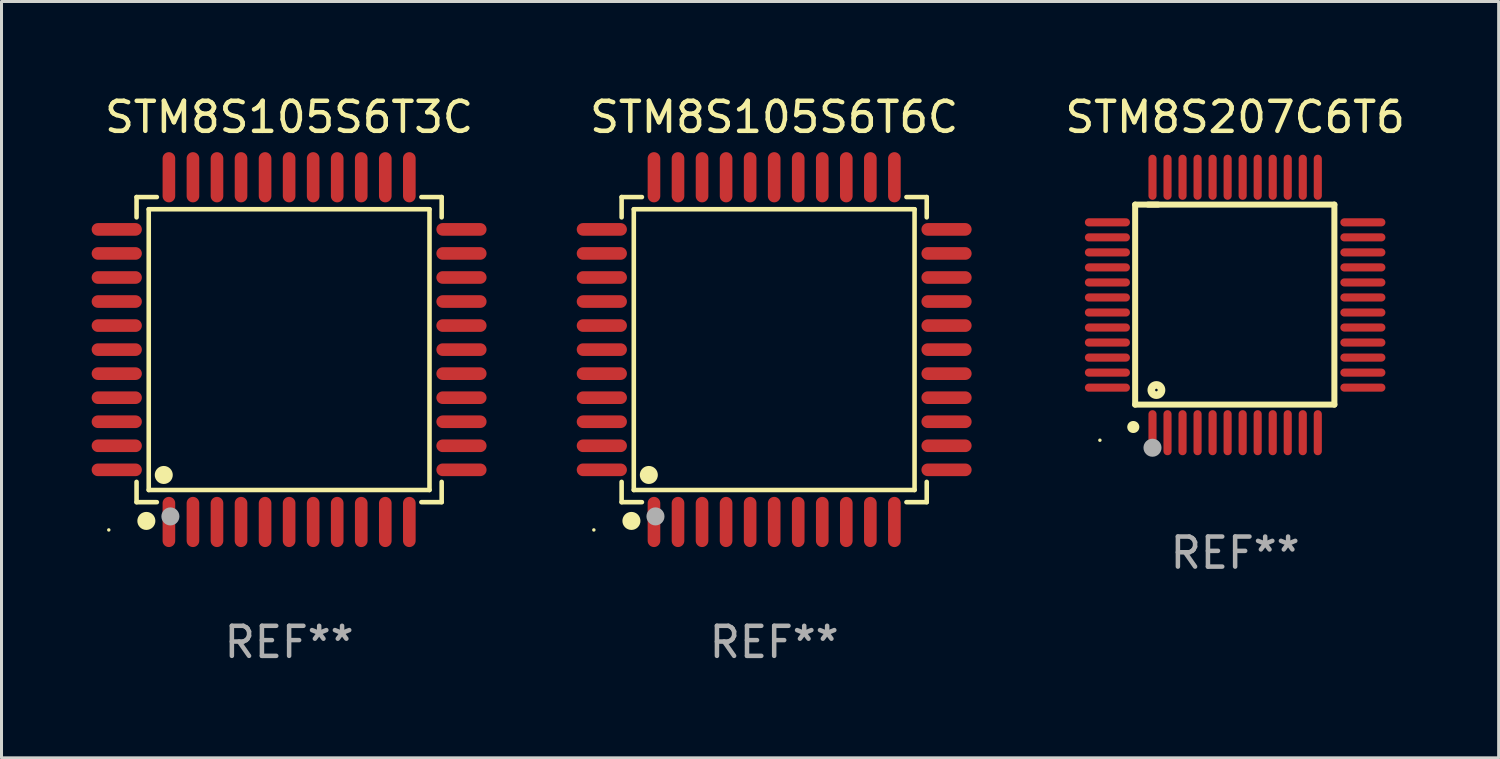
<source format=kicad_pcb>
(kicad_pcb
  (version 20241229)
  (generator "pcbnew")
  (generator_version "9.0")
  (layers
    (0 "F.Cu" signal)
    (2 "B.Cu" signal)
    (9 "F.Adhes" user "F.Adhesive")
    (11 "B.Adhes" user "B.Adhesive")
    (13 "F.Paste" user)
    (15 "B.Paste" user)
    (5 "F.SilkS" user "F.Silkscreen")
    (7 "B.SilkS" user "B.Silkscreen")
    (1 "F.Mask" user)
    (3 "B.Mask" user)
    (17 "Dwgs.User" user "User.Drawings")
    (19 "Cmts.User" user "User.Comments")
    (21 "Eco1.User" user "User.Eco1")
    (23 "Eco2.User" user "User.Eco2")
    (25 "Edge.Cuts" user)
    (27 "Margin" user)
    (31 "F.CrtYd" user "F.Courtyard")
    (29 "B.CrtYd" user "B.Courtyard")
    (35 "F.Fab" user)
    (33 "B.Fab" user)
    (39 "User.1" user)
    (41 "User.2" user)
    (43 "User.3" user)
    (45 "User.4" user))
  (footprint "STM8S207C6T6"
    (layer "F.Cu")
    (at 38.048 7.098)
    (property "Reference" "STM8S207C6T6" (at 0 -6.25 0) (layer "F.SilkS") (effects (font (size 1 1) (thickness 0.15))))
    (attr through_hole)
    (fp_line (start -3.327 -3.34) (end -2.565 -3.34) (stroke (width 0.2) (type solid)) (layer "F.SilkS"))
    (fp_line (start -3.327 3.315) (end -3.327 -3.34) (stroke (width 0.2) (type solid)) (layer "F.SilkS"))
    (fp_line (start -2.896 -3.34) (end 3.302 -3.34) (stroke (width 0.2) (type solid)) (layer "F.SilkS"))
    (fp_line (start 3.302 -3.34) (end 3.302 3.315) (stroke (width 0.2) (type solid)) (layer "F.SilkS"))
    (fp_line (start 3.302 3.315) (end -3.327 3.315) (stroke (width 0.2) (type solid)) (layer "F.SilkS"))
    (fp_arc (start -3.389992 4.059995) (mid -3.388722 4.059991) (end -3.387452 4.059995) (stroke (width 0.4) (type solid)) (layer "F.SilkS"))
    (fp_circle (center -4.5 4.5) (end -4.47 4.5) (stroke (width 0.06) (type solid)) (fill no) (layer "F.SilkS"))
    (fp_circle (center -2.62 2.83) (end -2.45 2.83) (stroke (width 0.254) (type solid)) (fill no) (layer "F.SilkS"))
    (fp_circle (center -2.75 4.75) (end -2.6 4.75) (stroke (width 0.3) (type solid)) (fill no) (layer "F.Fab"))
    (fp_text user "REF**" (at 0 8.25 0) (layer "F.Fab") (effects (font (size 1 1) (thickness 0.15))))
    (pad "1" smd oval (at -2.75 4.25) (size 0.27 1.5) (layers "F.Cu" "F.Mask" "F.Paste"))
    (pad "2" smd oval (at -2.25 4.25) (size 0.27 1.5) (layers "F.Cu" "F.Mask" "F.Paste"))
    (pad "3" smd oval (at -1.75 4.25) (size 0.27 1.5) (layers "F.Cu" "F.Mask" "F.Paste"))
    (pad "4" smd oval (at -1.25 4.25) (size 0.27 1.5) (layers "F.Cu" "F.Mask" "F.Paste"))
    (pad "5" smd oval (at -0.75 4.25) (size 0.27 1.5) (layers "F.Cu" "F.Mask" "F.Paste"))
    (pad "6" smd oval (at -0.25 4.25) (size 0.27 1.5) (layers "F.Cu" "F.Mask" "F.Paste"))
    (pad "7" smd oval (at 0.25 4.25) (size 0.27 1.5) (layers "F.Cu" "F.Mask" "F.Paste"))
    (pad "8" smd oval (at 0.75 4.25) (size 0.27 1.5) (layers "F.Cu" "F.Mask" "F.Paste"))
    (pad "9" smd oval (at 1.25 4.25) (size 0.27 1.5) (layers "F.Cu" "F.Mask" "F.Paste"))
    (pad "10" smd oval (at 1.75 4.25) (size 0.27 1.5) (layers "F.Cu" "F.Mask" "F.Paste"))
    (pad "11" smd oval (at 2.25 4.25) (size 0.27 1.5) (layers "F.Cu" "F.Mask" "F.Paste"))
    (pad "12" smd oval (at 2.75 4.25) (size 0.27 1.5) (layers "F.Cu" "F.Mask" "F.Paste"))
    (pad "13" smd oval (at 4.25 2.75) (size 1.5 0.27) (layers "F.Cu" "F.Mask" "F.Paste"))
    (pad "14" smd oval (at 4.25 2.25) (size 1.5 0.27) (layers "F.Cu" "F.Mask" "F.Paste"))
    (pad "15" smd oval (at 4.25 1.75) (size 1.5 0.27) (layers "F.Cu" "F.Mask" "F.Paste"))
    (pad "16" smd oval (at 4.25 1.25) (size 1.5 0.27) (layers "F.Cu" "F.Mask" "F.Paste"))
    (pad "17" smd oval (at 4.25 0.75) (size 1.5 0.27) (layers "F.Cu" "F.Mask" "F.Paste"))
    (pad "18" smd oval (at 4.25 0.25) (size 1.5 0.27) (layers "F.Cu" "F.Mask" "F.Paste"))
    (pad "19" smd oval (at 4.25 -0.25) (size 1.5 0.27) (layers "F.Cu" "F.Mask" "F.Paste"))
    (pad "20" smd oval (at 4.25 -0.75) (size 1.5 0.27) (layers "F.Cu" "F.Mask" "F.Paste"))
    (pad "21" smd oval (at 4.25 -1.25) (size 1.5 0.27) (layers "F.Cu" "F.Mask" "F.Paste"))
    (pad "22" smd oval (at 4.25 -1.75) (size 1.5 0.27) (layers "F.Cu" "F.Mask" "F.Paste"))
    (pad "23" smd oval (at 4.25 -2.25) (size 1.5 0.27) (layers "F.Cu" "F.Mask" "F.Paste"))
    (pad "24" smd oval (at 4.25 -2.75) (size 1.5 0.27) (layers "F.Cu" "F.Mask" "F.Paste"))
    (pad "25" smd oval (at 2.75 -4.25) (size 0.27 1.5) (layers "F.Cu" "F.Mask" "F.Paste"))
    (pad "26" smd oval (at 2.25 -4.25) (size 0.27 1.5) (layers "F.Cu" "F.Mask" "F.Paste"))
    (pad "27" smd oval (at 1.75 -4.25) (size 0.27 1.5) (layers "F.Cu" "F.Mask" "F.Paste"))
    (pad "28" smd oval (at 1.25 -4.25) (size 0.27 1.5) (layers "F.Cu" "F.Mask" "F.Paste"))
    (pad "29" smd oval (at 0.75 -4.25) (size 0.27 1.5) (layers "F.Cu" "F.Mask" "F.Paste"))
    (pad "30" smd oval (at 0.25 -4.25) (size 0.27 1.5) (layers "F.Cu" "F.Mask" "F.Paste"))
    (pad "31" smd oval (at -0.25 -4.25) (size 0.27 1.5) (layers "F.Cu" "F.Mask" "F.Paste"))
    (pad "32" smd oval (at -0.75 -4.25) (size 0.27 1.5) (layers "F.Cu" "F.Mask" "F.Paste"))
    (pad "33" smd oval (at -1.25 -4.25) (size 0.27 1.5) (layers "F.Cu" "F.Mask" "F.Paste"))
    (pad "34" smd oval (at -1.75 -4.25) (size 0.27 1.5) (layers "F.Cu" "F.Mask" "F.Paste"))
    (pad "35" smd oval (at -2.25 -4.25) (size 0.27 1.5) (layers "F.Cu" "F.Mask" "F.Paste"))
    (pad "36" smd oval (at -2.75 -4.25) (size 0.27 1.5) (layers "F.Cu" "F.Mask" "F.Paste"))
    (pad "37" smd oval (at -4.25 -2.75) (size 1.5 0.27) (layers "F.Cu" "F.Mask" "F.Paste"))
    (pad "38" smd oval (at -4.25 -2.25) (size 1.5 0.27) (layers "F.Cu" "F.Mask" "F.Paste"))
    (pad "39" smd oval (at -4.25 -1.75) (size 1.5 0.27) (layers "F.Cu" "F.Mask" "F.Paste"))
    (pad "40" smd oval (at -4.25 -1.25) (size 1.5 0.27) (layers "F.Cu" "F.Mask" "F.Paste"))
    (pad "41" smd oval (at -4.25 -0.75) (size 1.5 0.27) (layers "F.Cu" "F.Mask" "F.Paste"))
    (pad "42" smd oval (at -4.25 -0.25) (size 1.5 0.27) (layers "F.Cu" "F.Mask" "F.Paste"))
    (pad "43" smd oval (at -4.25 0.25) (size 1.5 0.27) (layers "F.Cu" "F.Mask" "F.Paste"))
    (pad "44" smd oval (at -4.25 0.75) (size 1.5 0.27) (layers "F.Cu" "F.Mask" "F.Paste"))
    (pad "45" smd oval (at -4.25 1.25) (size 1.5 0.27) (layers "F.Cu" "F.Mask" "F.Paste"))
    (pad "46" smd oval (at -4.25 1.75) (size 1.5 0.27) (layers "F.Cu" "F.Mask" "F.Paste"))
    (pad "47" smd oval (at -4.25 2.25) (size 1.5 0.27) (layers "F.Cu" "F.Mask" "F.Paste"))
    (pad "48" smd oval (at -4.25 2.75) (size 1.5 0.27) (layers "F.Cu" "F.Mask" "F.Paste")))
  (footprint "STM8S105S6T6C"
    (layer "F.Cu")
    (at 22.71 8.583)
    (property "Reference" "STM8S105S6T6C" (at 0 -7.735 0) (layer "F.SilkS") (effects (font (size 1 1) (thickness 0.15))))
    (attr through_hole)
    (fp_line (start -5.076 -5.076) (end -4.401 -5.076) (stroke (width 0.152) (type solid)) (layer "F.SilkS"))
    (fp_line (start -5.076 -4.401) (end -5.076 -5.076) (stroke (width 0.152) (type solid)) (layer "F.SilkS"))
    (fp_line (start -5.076 4.401) (end -5.076 5.076) (stroke (width 0.152) (type solid)) (layer "F.SilkS"))
    (fp_line (start -5.076 5.076) (end -4.401 5.076) (stroke (width 0.152) (type solid)) (layer "F.SilkS"))
    (fp_line (start -4.671 -4.671) (end 4.671 -4.671) (stroke (width 0.152) (type solid)) (layer "F.SilkS"))
    (fp_line (start -4.671 4.671) (end -4.671 -4.671) (stroke (width 0.152) (type solid)) (layer "F.SilkS"))
    (fp_line (start 4.671 -4.671) (end 4.671 4.671) (stroke (width 0.152) (type solid)) (layer "F.SilkS"))
    (fp_line (start 4.671 4.671) (end -4.671 4.671) (stroke (width 0.152) (type solid)) (layer "F.SilkS"))
    (fp_line (start 5.076 -5.076) (end 4.401 -5.076) (stroke (width 0.152) (type solid)) (layer "F.SilkS"))
    (fp_line (start 5.076 -4.401) (end 5.076 -5.076) (stroke (width 0.152) (type solid)) (layer "F.SilkS"))
    (fp_line (start 5.076 4.401) (end 5.076 5.076) (stroke (width 0.152) (type solid)) (layer "F.SilkS"))
    (fp_line (start 5.076 5.076) (end 4.401 5.076) (stroke (width 0.152) (type solid)) (layer "F.SilkS"))
    (fp_circle (center -6 6) (end -5.97 6) (stroke (width 0.06) (type solid)) (fill no) (layer "F.SilkS"))
    (fp_circle (center -4.75 5.7) (end -4.6 5.7) (stroke (width 0.3) (type solid)) (fill no) (layer "F.SilkS"))
    (fp_circle (center -4.171 4.171) (end -4.021 4.171) (stroke (width 0.3) (type solid)) (fill no) (layer "F.SilkS"))
    (fp_circle (center -3.95 5.55) (end -3.8 5.55) (stroke (width 0.3) (type solid)) (fill no) (layer "F.Fab"))
    (fp_text user "REF**" (at 0 9.735 0) (layer "F.Fab") (effects (font (size 1 1) (thickness 0.15))))
    (pad "1" smd oval (at -4 5.735) (size 0.42 1.67) (layers "F.Cu" "F.Mask" "F.Paste"))
    (pad "2" smd oval (at -3.2 5.735) (size 0.42 1.67) (layers "F.Cu" "F.Mask" "F.Paste"))
    (pad "3" smd oval (at -2.4 5.735) (size 0.42 1.67) (layers "F.Cu" "F.Mask" "F.Paste"))
    (pad "4" smd oval (at -1.6 5.735) (size 0.42 1.67) (layers "F.Cu" "F.Mask" "F.Paste"))
    (pad "5" smd oval (at -0.8 5.735) (size 0.42 1.67) (layers "F.Cu" "F.Mask" "F.Paste"))
    (pad "6" smd oval (at 0 5.735) (size 0.42 1.67) (layers "F.Cu" "F.Mask" "F.Paste"))
    (pad "7" smd oval (at 0.8 5.735) (size 0.42 1.67) (layers "F.Cu" "F.Mask" "F.Paste"))
    (pad "8" smd oval (at 1.6 5.735) (size 0.42 1.67) (layers "F.Cu" "F.Mask" "F.Paste"))
    (pad "9" smd oval (at 2.4 5.735) (size 0.42 1.67) (layers "F.Cu" "F.Mask" "F.Paste"))
    (pad "10" smd oval (at 3.2 5.735) (size 0.42 1.67) (layers "F.Cu" "F.Mask" "F.Paste"))
    (pad "11" smd oval (at 4 5.735) (size 0.42 1.67) (layers "F.Cu" "F.Mask" "F.Paste"))
    (pad "12" smd oval (at 5.735 4) (size 1.67 0.42) (layers "F.Cu" "F.Mask" "F.Paste"))
    (pad "13" smd oval (at 5.735 3.2) (size 1.67 0.42) (layers "F.Cu" "F.Mask" "F.Paste"))
    (pad "14" smd oval (at 5.735 2.4) (size 1.67 0.42) (layers "F.Cu" "F.Mask" "F.Paste"))
    (pad "15" smd oval (at 5.735 1.6) (size 1.67 0.42) (layers "F.Cu" "F.Mask" "F.Paste"))
    (pad "16" smd oval (at 5.735 0.8) (size 1.67 0.42) (layers "F.Cu" "F.Mask" "F.Paste"))
    (pad "17" smd oval (at 5.735 0) (size 1.67 0.42) (layers "F.Cu" "F.Mask" "F.Paste"))
    (pad "18" smd oval (at 5.735 -0.8) (size 1.67 0.42) (layers "F.Cu" "F.Mask" "F.Paste"))
    (pad "19" smd oval (at 5.735 -1.6) (size 1.67 0.42) (layers "F.Cu" "F.Mask" "F.Paste"))
    (pad "20" smd oval (at 5.735 -2.4) (size 1.67 0.42) (layers "F.Cu" "F.Mask" "F.Paste"))
    (pad "21" smd oval (at 5.735 -3.2) (size 1.67 0.42) (layers "F.Cu" "F.Mask" "F.Paste"))
    (pad "22" smd oval (at 5.735 -4) (size 1.67 0.42) (layers "F.Cu" "F.Mask" "F.Paste"))
    (pad "23" smd oval (at 4 -5.735) (size 0.42 1.67) (layers "F.Cu" "F.Mask" "F.Paste"))
    (pad "24" smd oval (at 3.2 -5.735) (size 0.42 1.67) (layers "F.Cu" "F.Mask" "F.Paste"))
    (pad "25" smd oval (at 2.4 -5.735) (size 0.42 1.67) (layers "F.Cu" "F.Mask" "F.Paste"))
    (pad "26" smd oval (at 1.6 -5.735) (size 0.42 1.67) (layers "F.Cu" "F.Mask" "F.Paste"))
    (pad "27" smd oval (at 0.8 -5.735) (size 0.42 1.67) (layers "F.Cu" "F.Mask" "F.Paste"))
    (pad "28" smd oval (at 0 -5.735) (size 0.42 1.67) (layers "F.Cu" "F.Mask" "F.Paste"))
    (pad "29" smd oval (at -0.8 -5.735) (size 0.42 1.67) (layers "F.Cu" "F.Mask" "F.Paste"))
    (pad "30" smd oval (at -1.6 -5.735) (size 0.42 1.67) (layers "F.Cu" "F.Mask" "F.Paste"))
    (pad "31" smd oval (at -2.4 -5.735) (size 0.42 1.67) (layers "F.Cu" "F.Mask" "F.Paste"))
    (pad "32" smd oval (at -3.2 -5.735) (size 0.42 1.67) (layers "F.Cu" "F.Mask" "F.Paste"))
    (pad "33" smd oval (at -4 -5.735) (size 0.42 1.67) (layers "F.Cu" "F.Mask" "F.Paste"))
    (pad "34" smd oval (at -5.735 -4) (size 1.67 0.42) (layers "F.Cu" "F.Mask" "F.Paste"))
    (pad "35" smd oval (at -5.735 -3.2) (size 1.67 0.42) (layers "F.Cu" "F.Mask" "F.Paste"))
    (pad "36" smd oval (at -5.735 -2.4) (size 1.67 0.42) (layers "F.Cu" "F.Mask" "F.Paste"))
    (pad "37" smd oval (at -5.735 -1.6) (size 1.67 0.42) (layers "F.Cu" "F.Mask" "F.Paste"))
    (pad "38" smd oval (at -5.735 -0.8) (size 1.67 0.42) (layers "F.Cu" "F.Mask" "F.Paste"))
    (pad "39" smd oval (at -5.735 0) (size 1.67 0.42) (layers "F.Cu" "F.Mask" "F.Paste"))
    (pad "40" smd oval (at -5.735 0.8) (size 1.67 0.42) (layers "F.Cu" "F.Mask" "F.Paste"))
    (pad "41" smd oval (at -5.735 1.6) (size 1.67 0.42) (layers "F.Cu" "F.Mask" "F.Paste"))
    (pad "42" smd oval (at -5.735 2.4) (size 1.67 0.42) (layers "F.Cu" "F.Mask" "F.Paste"))
    (pad "43" smd oval (at -5.735 3.2) (size 1.67 0.42) (layers "F.Cu" "F.Mask" "F.Paste"))
    (pad "44" smd oval (at -5.735 4) (size 1.67 0.42) (layers "F.Cu" "F.Mask" "F.Paste")))
  (footprint "STM8S105S6T3C"
    (layer "F.Cu")
    (at 6.57 8.583)
    (property "Reference" "STM8S105S6T3C" (at 0 -7.735 0) (layer "F.SilkS") (effects (font (size 1 1) (thickness 0.15))))
    (attr through_hole)
    (fp_line (start -5.076 -5.076) (end -4.401 -5.076) (stroke (width 0.152) (type solid)) (layer "F.SilkS"))
    (fp_line (start -5.076 -4.401) (end -5.076 -5.076) (stroke (width 0.152) (type solid)) (layer "F.SilkS"))
    (fp_line (start -5.076 4.401) (end -5.076 5.076) (stroke (width 0.152) (type solid)) (layer "F.SilkS"))
    (fp_line (start -5.076 5.076) (end -4.401 5.076) (stroke (width 0.152) (type solid)) (layer "F.SilkS"))
    (fp_line (start -4.671 -4.671) (end 4.671 -4.671) (stroke (width 0.152) (type solid)) (layer "F.SilkS"))
    (fp_line (start -4.671 4.671) (end -4.671 -4.671) (stroke (width 0.152) (type solid)) (layer "F.SilkS"))
    (fp_line (start 4.671 -4.671) (end 4.671 4.671) (stroke (width 0.152) (type solid)) (layer "F.SilkS"))
    (fp_line (start 4.671 4.671) (end -4.671 4.671) (stroke (width 0.152) (type solid)) (layer "F.SilkS"))
    (fp_line (start 5.076 -5.076) (end 4.401 -5.076) (stroke (width 0.152) (type solid)) (layer "F.SilkS"))
    (fp_line (start 5.076 -4.401) (end 5.076 -5.076) (stroke (width 0.152) (type solid)) (layer "F.SilkS"))
    (fp_line (start 5.076 4.401) (end 5.076 5.076) (stroke (width 0.152) (type solid)) (layer "F.SilkS"))
    (fp_line (start 5.076 5.076) (end 4.401 5.076) (stroke (width 0.152) (type solid)) (layer "F.SilkS"))
    (fp_circle (center -6 6) (end -5.97 6) (stroke (width 0.06) (type solid)) (fill no) (layer "F.SilkS"))
    (fp_circle (center -4.75 5.7) (end -4.6 5.7) (stroke (width 0.3) (type solid)) (fill no) (layer "F.SilkS"))
    (fp_circle (center -4.171 4.171) (end -4.021 4.171) (stroke (width 0.3) (type solid)) (fill no) (layer "F.SilkS"))
    (fp_circle (center -3.95 5.55) (end -3.8 5.55) (stroke (width 0.3) (type solid)) (fill no) (layer "F.Fab"))
    (fp_text user "REF**" (at 0 9.735 0) (layer "F.Fab") (effects (font (size 1 1) (thickness 0.15))))
    (pad "1" smd oval (at -4 5.735) (size 0.42 1.67) (layers "F.Cu" "F.Mask" "F.Paste"))
    (pad "2" smd oval (at -3.2 5.735) (size 0.42 1.67) (layers "F.Cu" "F.Mask" "F.Paste"))
    (pad "3" smd oval (at -2.4 5.735) (size 0.42 1.67) (layers "F.Cu" "F.Mask" "F.Paste"))
    (pad "4" smd oval (at -1.6 5.735) (size 0.42 1.67) (layers "F.Cu" "F.Mask" "F.Paste"))
    (pad "5" smd oval (at -0.8 5.735) (size 0.42 1.67) (layers "F.Cu" "F.Mask" "F.Paste"))
    (pad "6" smd oval (at 0 5.735) (size 0.42 1.67) (layers "F.Cu" "F.Mask" "F.Paste"))
    (pad "7" smd oval (at 0.8 5.735) (size 0.42 1.67) (layers "F.Cu" "F.Mask" "F.Paste"))
    (pad "8" smd oval (at 1.6 5.735) (size 0.42 1.67) (layers "F.Cu" "F.Mask" "F.Paste"))
    (pad "9" smd oval (at 2.4 5.735) (size 0.42 1.67) (layers "F.Cu" "F.Mask" "F.Paste"))
    (pad "10" smd oval (at 3.2 5.735) (size 0.42 1.67) (layers "F.Cu" "F.Mask" "F.Paste"))
    (pad "11" smd oval (at 4 5.735) (size 0.42 1.67) (layers "F.Cu" "F.Mask" "F.Paste"))
    (pad "12" smd oval (at 5.735 4) (size 1.67 0.42) (layers "F.Cu" "F.Mask" "F.Paste"))
    (pad "13" smd oval (at 5.735 3.2) (size 1.67 0.42) (layers "F.Cu" "F.Mask" "F.Paste"))
    (pad "14" smd oval (at 5.735 2.4) (size 1.67 0.42) (layers "F.Cu" "F.Mask" "F.Paste"))
    (pad "15" smd oval (at 5.735 1.6) (size 1.67 0.42) (layers "F.Cu" "F.Mask" "F.Paste"))
    (pad "16" smd oval (at 5.735 0.8) (size 1.67 0.42) (layers "F.Cu" "F.Mask" "F.Paste"))
    (pad "17" smd oval (at 5.735 0) (size 1.67 0.42) (layers "F.Cu" "F.Mask" "F.Paste"))
    (pad "18" smd oval (at 5.735 -0.8) (size 1.67 0.42) (layers "F.Cu" "F.Mask" "F.Paste"))
    (pad "19" smd oval (at 5.735 -1.6) (size 1.67 0.42) (layers "F.Cu" "F.Mask" "F.Paste"))
    (pad "20" smd oval (at 5.735 -2.4) (size 1.67 0.42) (layers "F.Cu" "F.Mask" "F.Paste"))
    (pad "21" smd oval (at 5.735 -3.2) (size 1.67 0.42) (layers "F.Cu" "F.Mask" "F.Paste"))
    (pad "22" smd oval (at 5.735 -4) (size 1.67 0.42) (layers "F.Cu" "F.Mask" "F.Paste"))
    (pad "23" smd oval (at 4 -5.735) (size 0.42 1.67) (layers "F.Cu" "F.Mask" "F.Paste"))
    (pad "24" smd oval (at 3.2 -5.735) (size 0.42 1.67) (layers "F.Cu" "F.Mask" "F.Paste"))
    (pad "25" smd oval (at 2.4 -5.735) (size 0.42 1.67) (layers "F.Cu" "F.Mask" "F.Paste"))
    (pad "26" smd oval (at 1.6 -5.735) (size 0.42 1.67) (layers "F.Cu" "F.Mask" "F.Paste"))
    (pad "27" smd oval (at 0.8 -5.735) (size 0.42 1.67) (layers "F.Cu" "F.Mask" "F.Paste"))
    (pad "28" smd oval (at 0 -5.735) (size 0.42 1.67) (layers "F.Cu" "F.Mask" "F.Paste"))
    (pad "29" smd oval (at -0.8 -5.735) (size 0.42 1.67) (layers "F.Cu" "F.Mask" "F.Paste"))
    (pad "30" smd oval (at -1.6 -5.735) (size 0.42 1.67) (layers "F.Cu" "F.Mask" "F.Paste"))
    (pad "31" smd oval (at -2.4 -5.735) (size 0.42 1.67) (layers "F.Cu" "F.Mask" "F.Paste"))
    (pad "32" smd oval (at -3.2 -5.735) (size 0.42 1.67) (layers "F.Cu" "F.Mask" "F.Paste"))
    (pad "33" smd oval (at -4 -5.735) (size 0.42 1.67) (layers "F.Cu" "F.Mask" "F.Paste"))
    (pad "34" smd oval (at -5.735 -4) (size 1.67 0.42) (layers "F.Cu" "F.Mask" "F.Paste"))
    (pad "35" smd oval (at -5.735 -3.2) (size 1.67 0.42) (layers "F.Cu" "F.Mask" "F.Paste"))
    (pad "36" smd oval (at -5.735 -2.4) (size 1.67 0.42) (layers "F.Cu" "F.Mask" "F.Paste"))
    (pad "37" smd oval (at -5.735 -1.6) (size 1.67 0.42) (layers "F.Cu" "F.Mask" "F.Paste"))
    (pad "38" smd oval (at -5.735 -0.8) (size 1.67 0.42) (layers "F.Cu" "F.Mask" "F.Paste"))
    (pad "39" smd oval (at -5.735 0) (size 1.67 0.42) (layers "F.Cu" "F.Mask" "F.Paste"))
    (pad "40" smd oval (at -5.735 0.8) (size 1.67 0.42) (layers "F.Cu" "F.Mask" "F.Paste"))
    (pad "41" smd oval (at -5.735 1.6) (size 1.67 0.42) (layers "F.Cu" "F.Mask" "F.Paste"))
    (pad "42" smd oval (at -5.735 2.4) (size 1.67 0.42) (layers "F.Cu" "F.Mask" "F.Paste"))
    (pad "43" smd oval (at -5.735 3.2) (size 1.67 0.42) (layers "F.Cu" "F.Mask" "F.Paste"))
    (pad "44" smd oval (at -5.735 4) (size 1.67 0.42) (layers "F.Cu" "F.Mask" "F.Paste")))
  (gr_rect
    (start -3 -3)
    (end 46.816 22.167)
    (stroke (width 0.1) (type default))
    (fill no)
    (layer "Edge.Cuts")))
</source>
